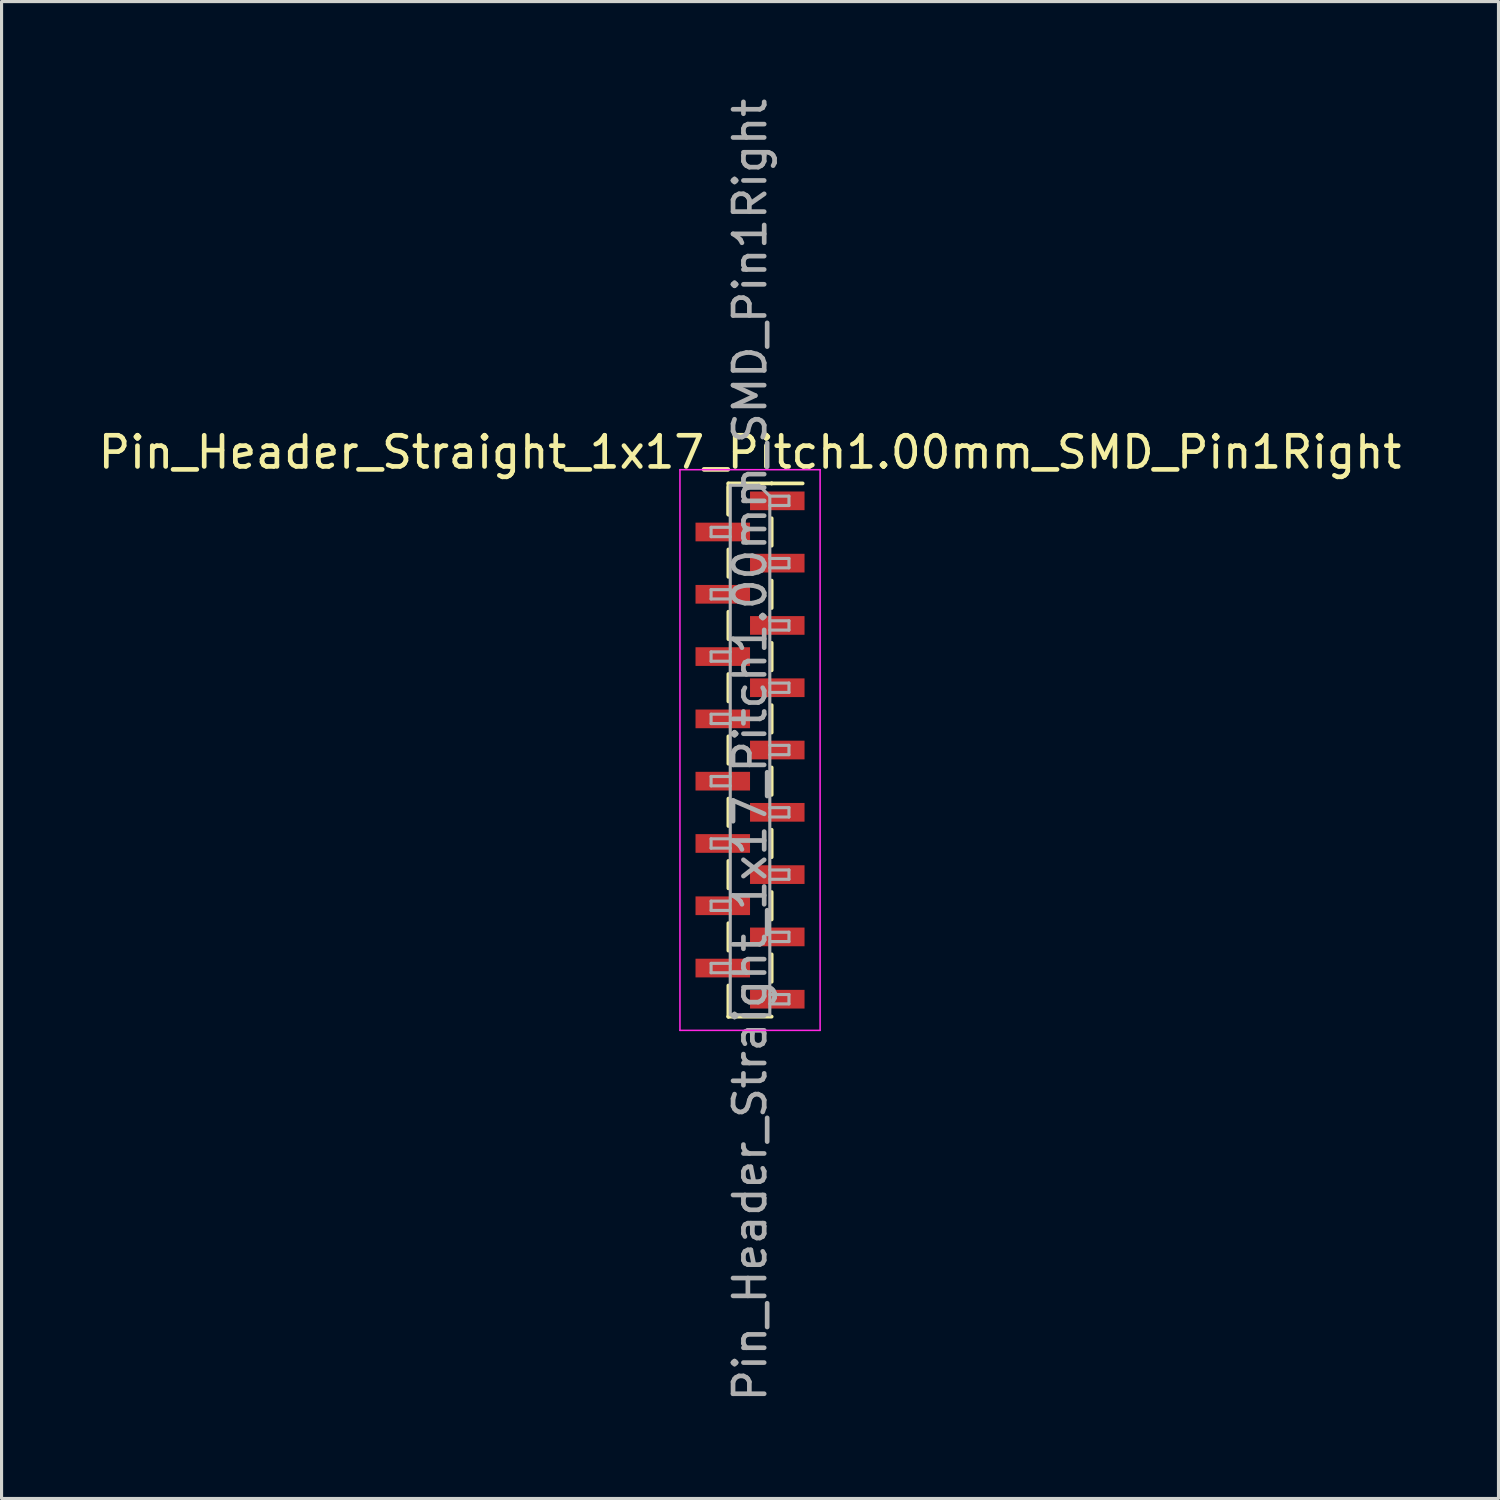
<source format=kicad_pcb>
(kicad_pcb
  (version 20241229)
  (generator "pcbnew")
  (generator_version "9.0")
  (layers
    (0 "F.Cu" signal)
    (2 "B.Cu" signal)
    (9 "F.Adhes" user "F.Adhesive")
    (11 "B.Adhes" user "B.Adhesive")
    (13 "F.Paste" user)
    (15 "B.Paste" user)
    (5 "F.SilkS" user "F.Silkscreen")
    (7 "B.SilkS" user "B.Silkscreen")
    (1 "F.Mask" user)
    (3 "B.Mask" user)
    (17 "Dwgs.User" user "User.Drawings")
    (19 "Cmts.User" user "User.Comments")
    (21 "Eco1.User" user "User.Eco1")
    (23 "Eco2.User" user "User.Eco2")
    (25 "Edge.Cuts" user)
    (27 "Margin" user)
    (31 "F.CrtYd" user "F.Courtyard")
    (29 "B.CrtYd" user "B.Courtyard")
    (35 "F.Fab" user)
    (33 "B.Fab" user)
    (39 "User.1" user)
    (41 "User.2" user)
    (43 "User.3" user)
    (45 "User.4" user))
  (footprint "Pin_Header_Straight_1x17_Pitch1.00mm_SMD_Pin1Right"
    (layer "F.Cu")
    (at 21.03 21.03)
    (property "Reference" "Pin_Header_Straight_1x17_Pitch1.00mm_SMD_Pin1Right" (at 0 -9.56 0) (layer "F.SilkS") (effects (font (size 1 1) (thickness 0.15))))
    (attr smd)
    (fp_line (start -0.695 -8.56) (end -0.695 -7.56) (stroke (width 0.12) (type solid)) (layer "F.SilkS"))
    (fp_line (start -0.695 -8.56) (end 0.695 -8.56) (stroke (width 0.12) (type solid)) (layer "F.SilkS"))
    (fp_line (start -0.695 -8.44) (end -0.695 -7.56) (stroke (width 0.12) (type solid)) (layer "F.SilkS"))
    (fp_line (start -0.695 -6.44) (end -0.695 -5.56) (stroke (width 0.12) (type solid)) (layer "F.SilkS"))
    (fp_line (start -0.695 -4.44) (end -0.695 -3.56) (stroke (width 0.12) (type solid)) (layer "F.SilkS"))
    (fp_line (start -0.695 -2.44) (end -0.695 -1.56) (stroke (width 0.12) (type solid)) (layer "F.SilkS"))
    (fp_line (start -0.695 -0.44) (end -0.695 0.44) (stroke (width 0.12) (type solid)) (layer "F.SilkS"))
    (fp_line (start -0.695 1.56) (end -0.695 2.44) (stroke (width 0.12) (type solid)) (layer "F.SilkS"))
    (fp_line (start -0.695 3.56) (end -0.695 4.44) (stroke (width 0.12) (type solid)) (layer "F.SilkS"))
    (fp_line (start -0.695 5.56) (end -0.695 6.44) (stroke (width 0.12) (type solid)) (layer "F.SilkS"))
    (fp_line (start -0.695 7.56) (end -0.695 8.56) (stroke (width 0.12) (type solid)) (layer "F.SilkS"))
    (fp_line (start -0.695 8.56) (end -0.695 8.56) (stroke (width 0.12) (type solid)) (layer "F.SilkS"))
    (fp_line (start -0.695 8.56) (end 0.695 8.56) (stroke (width 0.12) (type solid)) (layer "F.SilkS"))
    (fp_line (start 0.695 -8.56) (end 0.695 -8.56) (stroke (width 0.12) (type solid)) (layer "F.SilkS"))
    (fp_line (start 0.695 -8.56) (end 1.69 -8.56) (stroke (width 0.12) (type solid)) (layer "F.SilkS"))
    (fp_line (start 0.695 -7.44) (end 0.695 -6.56) (stroke (width 0.12) (type solid)) (layer "F.SilkS"))
    (fp_line (start 0.695 -5.44) (end 0.695 -4.56) (stroke (width 0.12) (type solid)) (layer "F.SilkS"))
    (fp_line (start 0.695 -3.44) (end 0.695 -2.56) (stroke (width 0.12) (type solid)) (layer "F.SilkS"))
    (fp_line (start 0.695 -1.44) (end 0.695 -0.56) (stroke (width 0.12) (type solid)) (layer "F.SilkS"))
    (fp_line (start 0.695 0.56) (end 0.695 1.44) (stroke (width 0.12) (type solid)) (layer "F.SilkS"))
    (fp_line (start 0.695 2.56) (end 0.695 3.44) (stroke (width 0.12) (type solid)) (layer "F.SilkS"))
    (fp_line (start 0.695 4.56) (end 0.695 5.44) (stroke (width 0.12) (type solid)) (layer "F.SilkS"))
    (fp_line (start 0.695 6.56) (end 0.695 7.44) (stroke (width 0.12) (type solid)) (layer "F.SilkS"))
    (fp_line (start -2.25 -9) (end -2.25 9) (stroke (width 0.05) (type solid)) (layer "F.CrtYd"))
    (fp_line (start -2.25 9) (end 2.25 9) (stroke (width 0.05) (type solid)) (layer "F.CrtYd"))
    (fp_line (start 2.25 -9) (end -2.25 -9) (stroke (width 0.05) (type solid)) (layer "F.CrtYd"))
    (fp_line (start 2.25 9) (end 2.25 -9) (stroke (width 0.05) (type solid)) (layer "F.CrtYd"))
    (fp_line (start -1.25 -7.15) (end -1.25 -6.85) (stroke (width 0.1) (type solid)) (layer "F.Fab"))
    (fp_line (start -1.25 -6.85) (end -0.635 -6.85) (stroke (width 0.1) (type solid)) (layer "F.Fab"))
    (fp_line (start -1.25 -5.15) (end -1.25 -4.85) (stroke (width 0.1) (type solid)) (layer "F.Fab"))
    (fp_line (start -1.25 -4.85) (end -0.635 -4.85) (stroke (width 0.1) (type solid)) (layer "F.Fab"))
    (fp_line (start -1.25 -3.15) (end -1.25 -2.85) (stroke (width 0.1) (type solid)) (layer "F.Fab"))
    (fp_line (start -1.25 -2.85) (end -0.635 -2.85) (stroke (width 0.1) (type solid)) (layer "F.Fab"))
    (fp_line (start -1.25 -1.15) (end -1.25 -0.85) (stroke (width 0.1) (type solid)) (layer "F.Fab"))
    (fp_line (start -1.25 -0.85) (end -0.635 -0.85) (stroke (width 0.1) (type solid)) (layer "F.Fab"))
    (fp_line (start -1.25 0.85) (end -1.25 1.15) (stroke (width 0.1) (type solid)) (layer "F.Fab"))
    (fp_line (start -1.25 1.15) (end -0.635 1.15) (stroke (width 0.1) (type solid)) (layer "F.Fab"))
    (fp_line (start -1.25 2.85) (end -1.25 3.15) (stroke (width 0.1) (type solid)) (layer "F.Fab"))
    (fp_line (start -1.25 3.15) (end -0.635 3.15) (stroke (width 0.1) (type solid)) (layer "F.Fab"))
    (fp_line (start -1.25 4.85) (end -1.25 5.15) (stroke (width 0.1) (type solid)) (layer "F.Fab"))
    (fp_line (start -1.25 5.15) (end -0.635 5.15) (stroke (width 0.1) (type solid)) (layer "F.Fab"))
    (fp_line (start -1.25 6.85) (end -1.25 7.15) (stroke (width 0.1) (type solid)) (layer "F.Fab"))
    (fp_line (start -1.25 7.15) (end -0.635 7.15) (stroke (width 0.1) (type solid)) (layer "F.Fab"))
    (fp_line (start -0.635 -8.5) (end -0.635 8.5) (stroke (width 0.1) (type solid)) (layer "F.Fab"))
    (fp_line (start -0.635 -8.5) (end 0.285 -8.5) (stroke (width 0.1) (type solid)) (layer "F.Fab"))
    (fp_line (start -0.635 -7.15) (end -1.25 -7.15) (stroke (width 0.1) (type solid)) (layer "F.Fab"))
    (fp_line (start -0.635 -5.15) (end -1.25 -5.15) (stroke (width 0.1) (type solid)) (layer "F.Fab"))
    (fp_line (start -0.635 -3.15) (end -1.25 -3.15) (stroke (width 0.1) (type solid)) (layer "F.Fab"))
    (fp_line (start -0.635 -1.15) (end -1.25 -1.15) (stroke (width 0.1) (type solid)) (layer "F.Fab"))
    (fp_line (start -0.635 0.85) (end -1.25 0.85) (stroke (width 0.1) (type solid)) (layer "F.Fab"))
    (fp_line (start -0.635 2.85) (end -1.25 2.85) (stroke (width 0.1) (type solid)) (layer "F.Fab"))
    (fp_line (start -0.635 4.85) (end -1.25 4.85) (stroke (width 0.1) (type solid)) (layer "F.Fab"))
    (fp_line (start -0.635 6.85) (end -1.25 6.85) (stroke (width 0.1) (type solid)) (layer "F.Fab"))
    (fp_line (start 0.635 -8.15) (end 0.285 -8.5) (stroke (width 0.1) (type solid)) (layer "F.Fab"))
    (fp_line (start 0.635 -8.15) (end 1.25 -8.15) (stroke (width 0.1) (type solid)) (layer "F.Fab"))
    (fp_line (start 0.635 -6.15) (end 1.25 -6.15) (stroke (width 0.1) (type solid)) (layer "F.Fab"))
    (fp_line (start 0.635 -4.15) (end 1.25 -4.15) (stroke (width 0.1) (type solid)) (layer "F.Fab"))
    (fp_line (start 0.635 -2.15) (end 1.25 -2.15) (stroke (width 0.1) (type solid)) (layer "F.Fab"))
    (fp_line (start 0.635 -0.15) (end 1.25 -0.15) (stroke (width 0.1) (type solid)) (layer "F.Fab"))
    (fp_line (start 0.635 1.85) (end 1.25 1.85) (stroke (width 0.1) (type solid)) (layer "F.Fab"))
    (fp_line (start 0.635 3.85) (end 1.25 3.85) (stroke (width 0.1) (type solid)) (layer "F.Fab"))
    (fp_line (start 0.635 5.85) (end 1.25 5.85) (stroke (width 0.1) (type solid)) (layer "F.Fab"))
    (fp_line (start 0.635 7.85) (end 1.25 7.85) (stroke (width 0.1) (type solid)) (layer "F.Fab"))
    (fp_line (start 0.635 8.5) (end -0.635 8.5) (stroke (width 0.1) (type solid)) (layer "F.Fab"))
    (fp_line (start 0.635 8.5) (end 0.635 -8.15) (stroke (width 0.1) (type solid)) (layer "F.Fab"))
    (fp_line (start 1.25 -8.15) (end 1.25 -7.85) (stroke (width 0.1) (type solid)) (layer "F.Fab"))
    (fp_line (start 1.25 -7.85) (end 0.635 -7.85) (stroke (width 0.1) (type solid)) (layer "F.Fab"))
    (fp_line (start 1.25 -6.15) (end 1.25 -5.85) (stroke (width 0.1) (type solid)) (layer "F.Fab"))
    (fp_line (start 1.25 -5.85) (end 0.635 -5.85) (stroke (width 0.1) (type solid)) (layer "F.Fab"))
    (fp_line (start 1.25 -4.15) (end 1.25 -3.85) (stroke (width 0.1) (type solid)) (layer "F.Fab"))
    (fp_line (start 1.25 -3.85) (end 0.635 -3.85) (stroke (width 0.1) (type solid)) (layer "F.Fab"))
    (fp_line (start 1.25 -2.15) (end 1.25 -1.85) (stroke (width 0.1) (type solid)) (layer "F.Fab"))
    (fp_line (start 1.25 -1.85) (end 0.635 -1.85) (stroke (width 0.1) (type solid)) (layer "F.Fab"))
    (fp_line (start 1.25 -0.15) (end 1.25 0.15) (stroke (width 0.1) (type solid)) (layer "F.Fab"))
    (fp_line (start 1.25 0.15) (end 0.635 0.15) (stroke (width 0.1) (type solid)) (layer "F.Fab"))
    (fp_line (start 1.25 1.85) (end 1.25 2.15) (stroke (width 0.1) (type solid)) (layer "F.Fab"))
    (fp_line (start 1.25 2.15) (end 0.635 2.15) (stroke (width 0.1) (type solid)) (layer "F.Fab"))
    (fp_line (start 1.25 3.85) (end 1.25 4.15) (stroke (width 0.1) (type solid)) (layer "F.Fab"))
    (fp_line (start 1.25 4.15) (end 0.635 4.15) (stroke (width 0.1) (type solid)) (layer "F.Fab"))
    (fp_line (start 1.25 5.85) (end 1.25 6.15) (stroke (width 0.1) (type solid)) (layer "F.Fab"))
    (fp_line (start 1.25 6.15) (end 0.635 6.15) (stroke (width 0.1) (type solid)) (layer "F.Fab"))
    (fp_line (start 1.25 7.85) (end 1.25 8.15) (stroke (width 0.1) (type solid)) (layer "F.Fab"))
    (fp_line (start 1.25 8.15) (end 0.635 8.15) (stroke (width 0.1) (type solid)) (layer "F.Fab"))
    (fp_text user "${REFERENCE}" (at 0 0 90) (layer "F.Fab") (effects (font (size 1 1) (thickness 0.15))))
    (pad "1" smd rect (at 0.875 -8) (size 1.75 0.6) (layers "F.Cu" "F.Mask" "F.Paste"))
    (pad "2" smd rect (at -0.875 -7) (size 1.75 0.6) (layers "F.Cu" "F.Mask" "F.Paste"))
    (pad "3" smd rect (at 0.875 -6) (size 1.75 0.6) (layers "F.Cu" "F.Mask" "F.Paste"))
    (pad "4" smd rect (at -0.875 -5) (size 1.75 0.6) (layers "F.Cu" "F.Mask" "F.Paste"))
    (pad "5" smd rect (at 0.875 -4) (size 1.75 0.6) (layers "F.Cu" "F.Mask" "F.Paste"))
    (pad "6" smd rect (at -0.875 -3) (size 1.75 0.6) (layers "F.Cu" "F.Mask" "F.Paste"))
    (pad "7" smd rect (at 0.875 -2) (size 1.75 0.6) (layers "F.Cu" "F.Mask" "F.Paste"))
    (pad "8" smd rect (at -0.875 -1) (size 1.75 0.6) (layers "F.Cu" "F.Mask" "F.Paste"))
    (pad "9" smd rect (at 0.875 0) (size 1.75 0.6) (layers "F.Cu" "F.Mask" "F.Paste"))
    (pad "10" smd rect (at -0.875 1) (size 1.75 0.6) (layers "F.Cu" "F.Mask" "F.Paste"))
    (pad "11" smd rect (at 0.875 2) (size 1.75 0.6) (layers "F.Cu" "F.Mask" "F.Paste"))
    (pad "12" smd rect (at -0.875 3) (size 1.75 0.6) (layers "F.Cu" "F.Mask" "F.Paste"))
    (pad "13" smd rect (at 0.875 4) (size 1.75 0.6) (layers "F.Cu" "F.Mask" "F.Paste"))
    (pad "14" smd rect (at -0.875 5) (size 1.75 0.6) (layers "F.Cu" "F.Mask" "F.Paste"))
    (pad "15" smd rect (at 0.875 6) (size 1.75 0.6) (layers "F.Cu" "F.Mask" "F.Paste"))
    (pad "16" smd rect (at -0.875 7) (size 1.75 0.6) (layers "F.Cu" "F.Mask" "F.Paste"))
    (pad "17" smd rect (at 0.875 8) (size 1.75 0.6) (layers "F.Cu" "F.Mask" "F.Paste")))
  (gr_rect
    (start -3 -3)
    (end 45.06 45.06)
    (stroke (width 0.1) (type default))
    (fill no)
    (layer "Edge.Cuts")))
</source>
